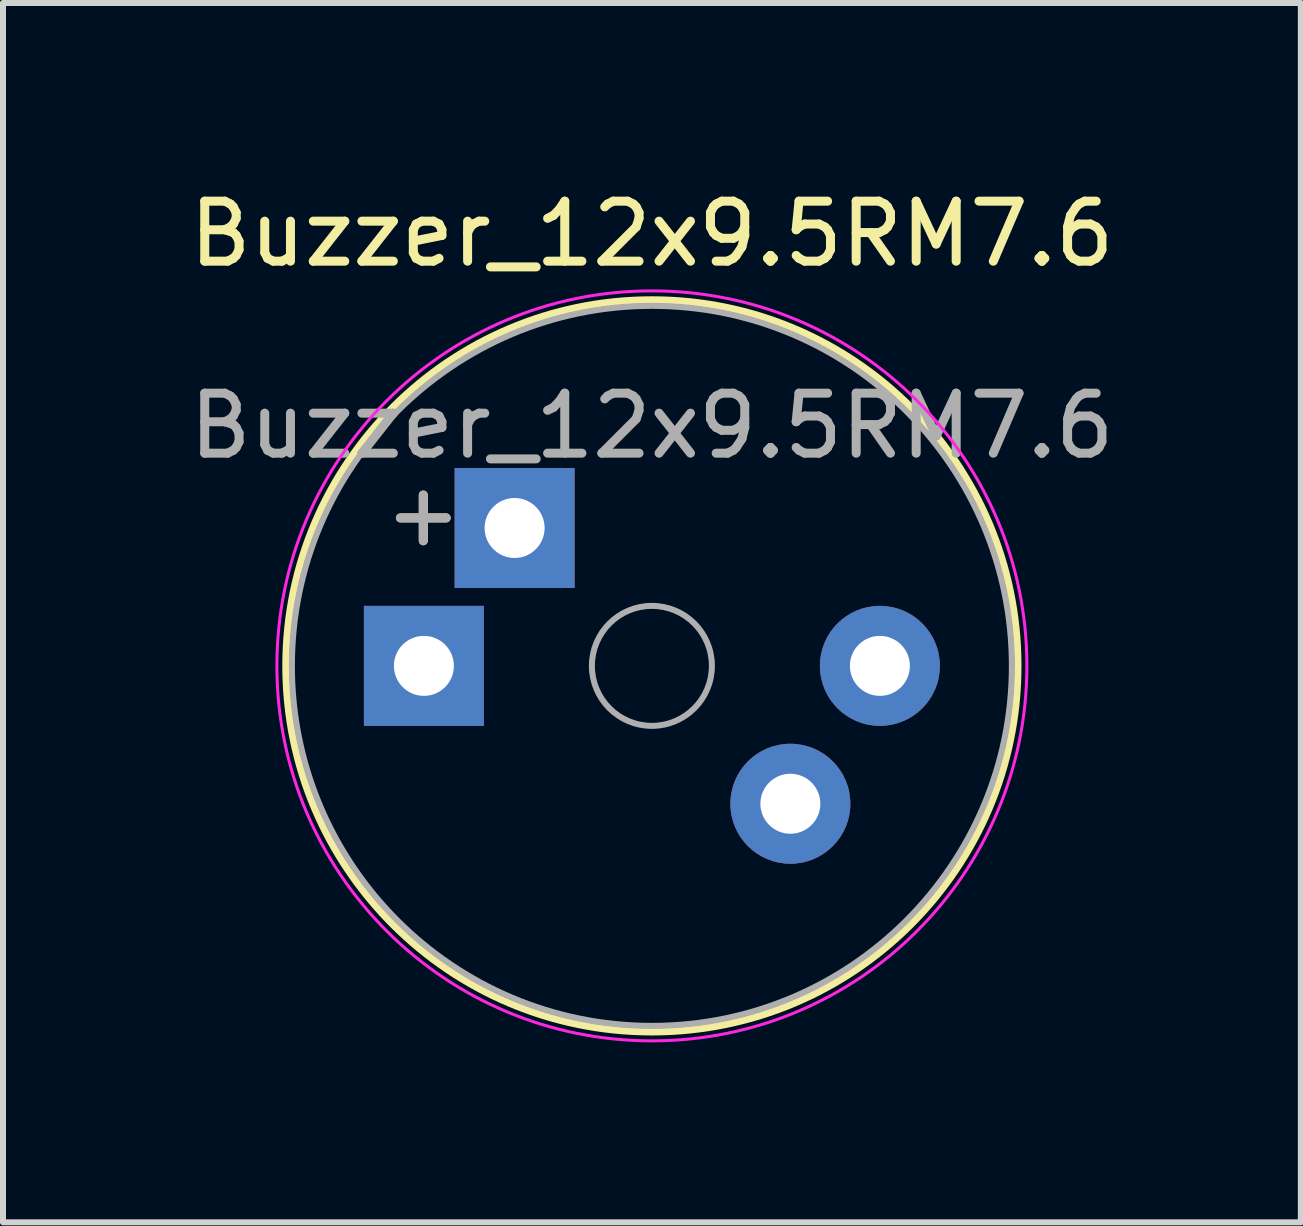
<source format=kicad_pcb>
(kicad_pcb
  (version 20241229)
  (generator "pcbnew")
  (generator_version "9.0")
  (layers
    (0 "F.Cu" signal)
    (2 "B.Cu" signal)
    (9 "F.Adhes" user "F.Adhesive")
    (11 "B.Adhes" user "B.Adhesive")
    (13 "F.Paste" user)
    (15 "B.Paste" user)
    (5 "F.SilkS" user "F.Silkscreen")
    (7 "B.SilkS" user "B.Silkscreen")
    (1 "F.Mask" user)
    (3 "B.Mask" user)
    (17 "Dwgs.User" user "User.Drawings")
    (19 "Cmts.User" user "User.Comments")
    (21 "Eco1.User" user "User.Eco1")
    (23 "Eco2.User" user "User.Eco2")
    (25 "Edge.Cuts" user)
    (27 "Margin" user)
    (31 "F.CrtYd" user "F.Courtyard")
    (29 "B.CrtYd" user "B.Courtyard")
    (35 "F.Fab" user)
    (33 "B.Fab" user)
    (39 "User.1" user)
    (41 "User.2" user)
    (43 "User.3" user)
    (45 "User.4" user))
  (footprint "Buzzer_12x9.5RM7.6"
    (layer "F.Cu")
    (at 4.015 8.048)
    (property "Reference" "Buzzer_12x9.5RM7.6" (at 3.8 -7.2 0) (layer "F.SilkS") (effects (font (size 1 1) (thickness 0.15))))
    (attr through_hole)
    (fp_circle (center 3.8 0) (end 9.9 0) (stroke (width 0.12) (type solid)) (fill no) (layer "F.SilkS"))
    (fp_circle (center 3.8 0) (end 10.05 0) (stroke (width 0.05) (type solid)) (fill no) (layer "F.CrtYd"))
    (fp_circle (center 3.8 0) (end 4.8 0) (stroke (width 0.1) (type solid)) (fill no) (layer "F.Fab"))
    (fp_circle (center 3.8 0) (end 9.8 0) (stroke (width 0.1) (type solid)) (fill no) (layer "F.Fab"))
    (fp_text user "+" (at -0.01 -2.54 0) (layer "F.SilkS") (effects (font (size 1 1) (thickness 0.15))))
    (fp_text user "+" (at -0.01 -2.54 0) (layer "F.Fab") (effects (font (size 1 1) (thickness 0.15))))
    (fp_text user "${REFERENCE}" (at 3.8 -4 0) (layer "F.Fab") (effects (font (size 1 1) (thickness 0.15))))
    (pad "1" thru_hole rect (at 0 0) (size 2 2) (drill 1) (layers "*.Cu" "*.Mask"))
    (pad "1" thru_hole rect (at 1.512 -2.298) (size 2 2) (drill 1) (layers "*.Cu" "*.Mask"))
    (pad "2" thru_hole circle (at 6.108 2.298) (size 2 2) (drill 1) (layers "*.Cu" "*.Mask"))
    (pad "2" thru_hole circle (at 7.6 0) (size 2 2) (drill 1) (layers "*.Cu" "*.Mask")))
  (gr_rect
    (start -3 -3)
    (end 18.631 17.323)
    (stroke (width 0.1) (type default))
    (fill no)
    (layer "Edge.Cuts")))
</source>
